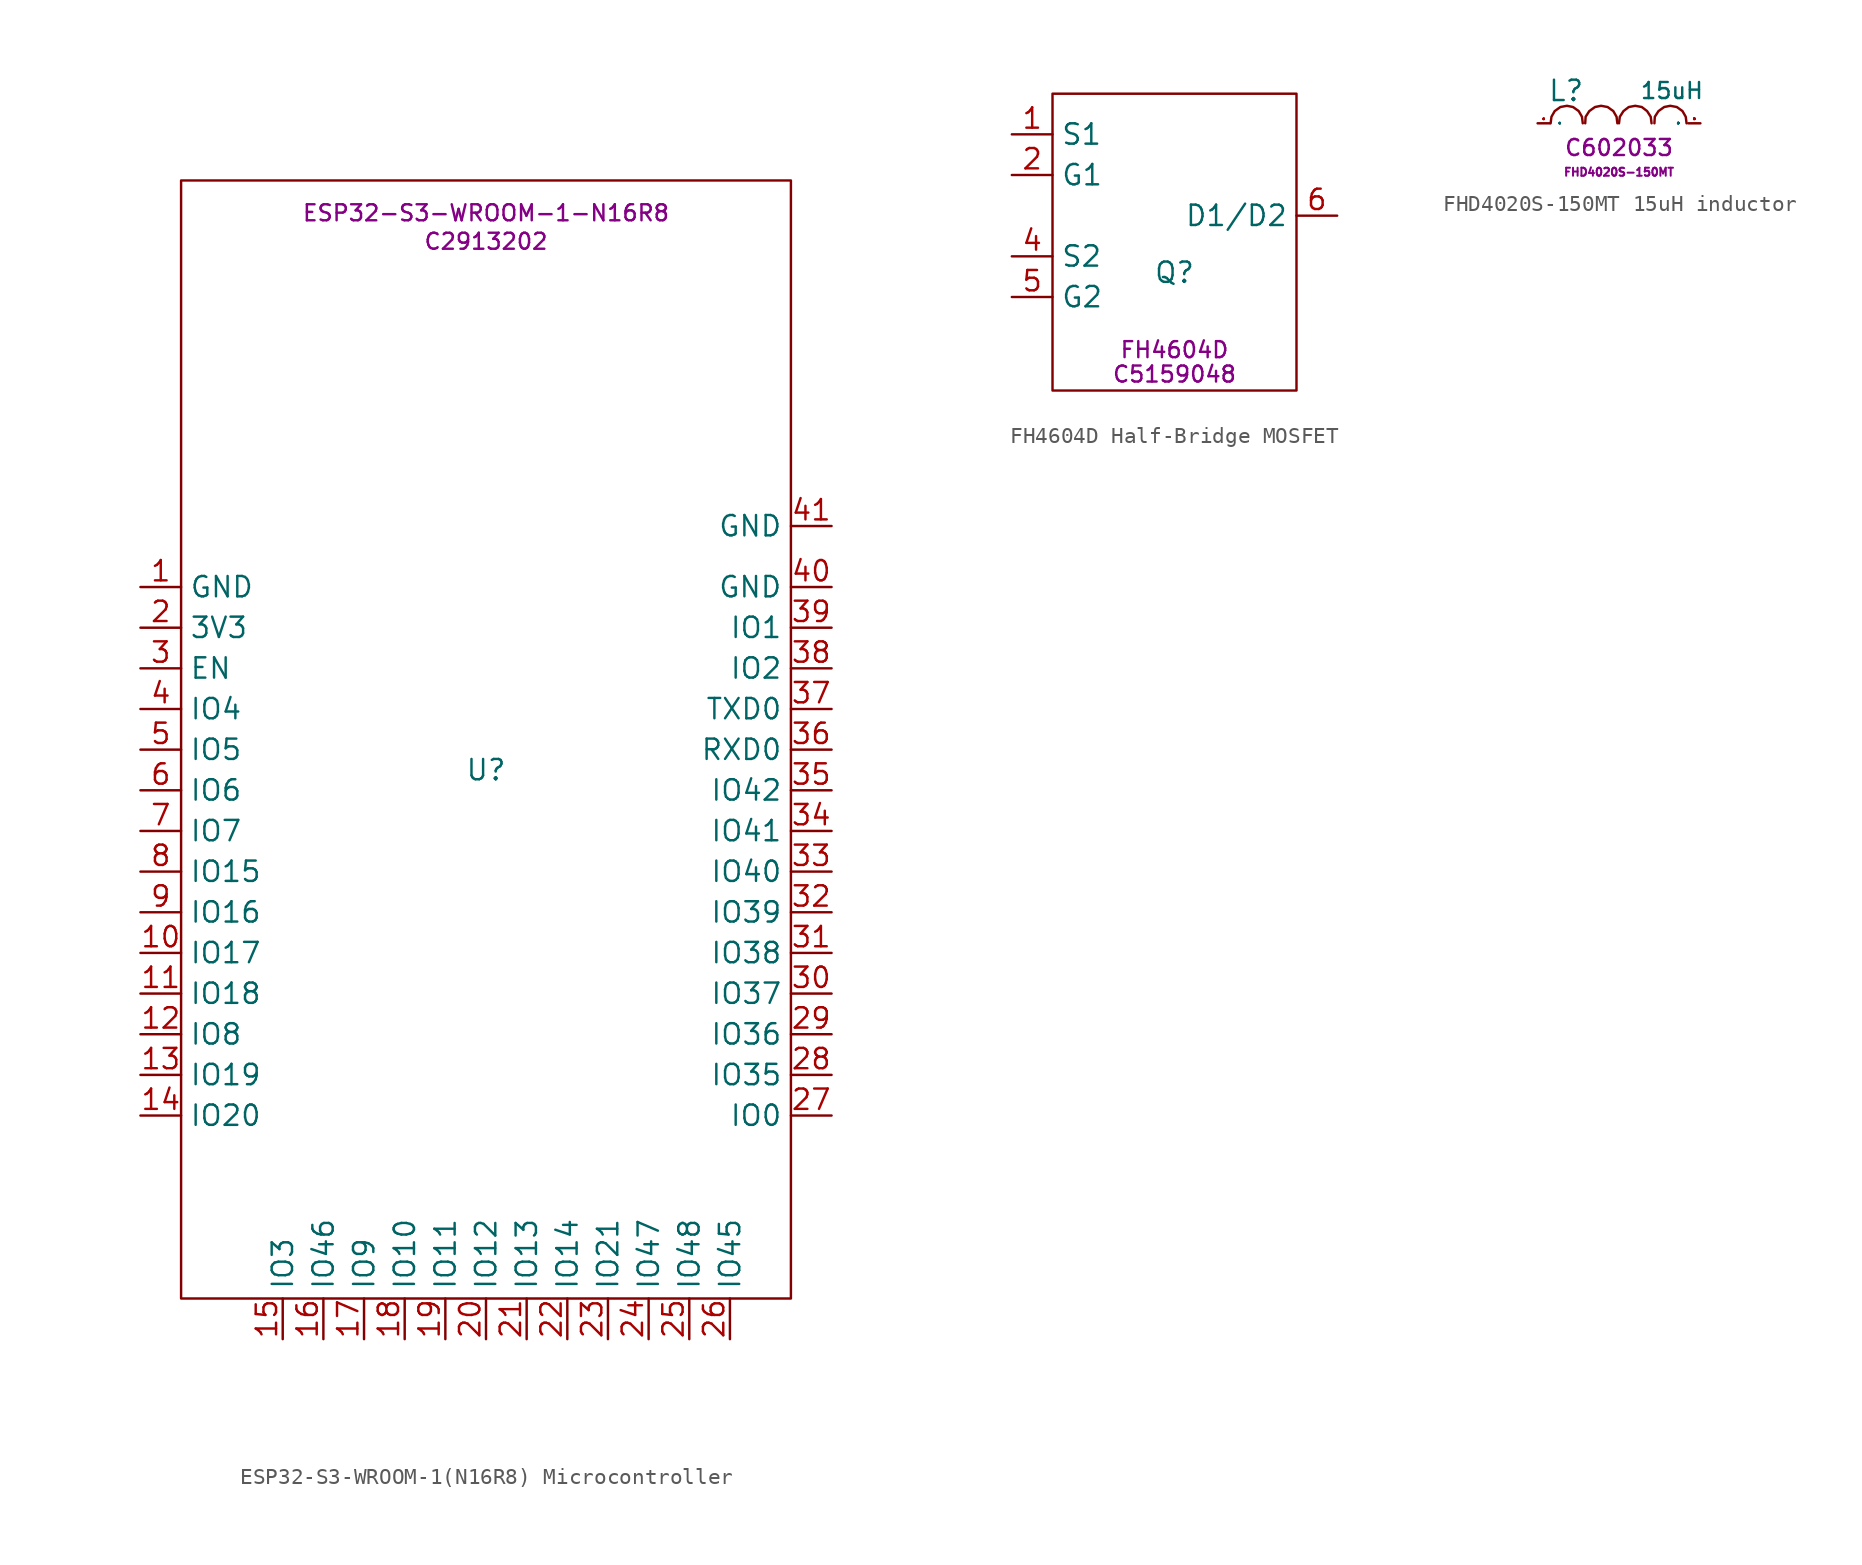
<source format=kicad_sym>
(kicad_symbol_lib
  (version 20241209)
  (generator "kicad_symbol_editor")
  (generator_version "9.0")
  (symbol "ESP32-S3-WROOM-1(N16R8) Microcontroller"
    (property "Reference" "U"
      (at 0 0 0)
      (do_not_autoplace)
      (effects (font (size 1.27 1.27))))
    (property "Manufacturer Part" "ESP32-S3-WROOM-1-N16R8"
      (at 0 34.798 0)
      (do_not_autoplace)
      (effects (font (size 1 1))))
    (property "LCSC Part #" "C2913202"
      (at 0 33.02 0)
      (do_not_autoplace)
      (effects (font (size 1 1))))
    (symbol "ESP32-S3-WROOM-1(N16R8) Microcontroller_1_0"
      (rectangle (start -19.05 36.83) (end 19.05 -33.02) (stroke (width 0) (type default)) (fill (type none)))
      (pin unspecified line (at -21.59 11.43 0) (length 2.54) (name "GND" (effects (font (size 1.27 1.27)))) (number "1" (effects (font (size 1.27 1.27)))))
      (pin unspecified line (at -21.59 8.89 0) (length 2.54) (name "3V3" (effects (font (size 1.27 1.27)))) (number "2" (effects (font (size 1.27 1.27)))))
      (pin unspecified line (at -21.59 6.35 0) (length 2.54) (name "EN" (effects (font (size 1.27 1.27)))) (number "3" (effects (font (size 1.27 1.27)))))
      (pin unspecified line (at -21.59 3.81 0) (length 2.54) (name "IO4" (effects (font (size 1.27 1.27)))) (number "4" (effects (font (size 1.27 1.27)))))
      (pin unspecified line (at -21.59 1.27 0) (length 2.54) (name "IO5" (effects (font (size 1.27 1.27)))) (number "5" (effects (font (size 1.27 1.27)))))
      (pin unspecified line (at -21.59 -1.27 0) (length 2.54) (name "IO6" (effects (font (size 1.27 1.27)))) (number "6" (effects (font (size 1.27 1.27)))))
      (pin unspecified line (at -21.59 -3.81 0) (length 2.54) (name "IO7" (effects (font (size 1.27 1.27)))) (number "7" (effects (font (size 1.27 1.27)))))
      (pin unspecified line (at -21.59 -6.35 0) (length 2.54) (name "IO15" (effects (font (size 1.27 1.27)))) (number "8" (effects (font (size 1.27 1.27)))))
      (pin unspecified line (at -21.59 -8.89 0) (length 2.54) (name "IO16" (effects (font (size 1.27 1.27)))) (number "9" (effects (font (size 1.27 1.27)))))
      (pin unspecified line (at -21.59 -11.43 0) (length 2.54) (name "IO17" (effects (font (size 1.27 1.27)))) (number "10" (effects (font (size 1.27 1.27)))))
      (pin unspecified line (at -21.59 -13.97 0) (length 2.54) (name "IO18" (effects (font (size 1.27 1.27)))) (number "11" (effects (font (size 1.27 1.27)))))
      (pin unspecified line (at -21.59 -16.51 0) (length 2.54) (name "IO8" (effects (font (size 1.27 1.27)))) (number "12" (effects (font (size 1.27 1.27)))))
      (pin unspecified line (at -21.59 -19.05 0) (length 2.54) (name "IO19" (effects (font (size 1.27 1.27)))) (number "13" (effects (font (size 1.27 1.27)))))
      (pin unspecified line (at -21.59 -21.59 0) (length 2.54) (name "IO20" (effects (font (size 1.27 1.27)))) (number "14" (effects (font (size 1.27 1.27)))))
      (pin unspecified line (at -12.7 -35.56 90) (length 2.54) (name "IO3" (effects (font (size 1.27 1.27)))) (number "15" (effects (font (size 1.27 1.27)))))
      (pin unspecified line (at -10.16 -35.56 90) (length 2.54) (name "IO46" (effects (font (size 1.27 1.27)))) (number "16" (effects (font (size 1.27 1.27)))))
      (pin unspecified line (at -7.62 -35.56 90) (length 2.54) (name "IO9" (effects (font (size 1.27 1.27)))) (number "17" (effects (font (size 1.27 1.27)))))
      (pin unspecified line (at -5.08 -35.56 90) (length 2.54) (name "IO10" (effects (font (size 1.27 1.27)))) (number "18" (effects (font (size 1.27 1.27)))))
      (pin unspecified line (at -2.54 -35.56 90) (length 2.54) (name "IO11" (effects (font (size 1.27 1.27)))) (number "19" (effects (font (size 1.27 1.27)))))
      (pin unspecified line (at 0 -35.56 90) (length 2.54) (name "IO12" (effects (font (size 1.27 1.27)))) (number "20" (effects (font (size 1.27 1.27)))))
      (pin unspecified line (at 2.54 -35.56 90) (length 2.54) (name "IO13" (effects (font (size 1.27 1.27)))) (number "21" (effects (font (size 1.27 1.27)))))
      (pin unspecified line (at 5.08 -35.56 90) (length 2.54) (name "IO14" (effects (font (size 1.27 1.27)))) (number "22" (effects (font (size 1.27 1.27)))))
      (pin unspecified line (at 7.62 -35.56 90) (length 2.54) (name "IO21" (effects (font (size 1.27 1.27)))) (number "23" (effects (font (size 1.27 1.27)))))
      (pin unspecified line (at 10.16 -35.56 90) (length 2.54) (name "IO47" (effects (font (size 1.27 1.27)))) (number "24" (effects (font (size 1.27 1.27)))))
      (pin unspecified line (at 12.7 -35.56 90) (length 2.54) (name "IO48" (effects (font (size 1.27 1.27)))) (number "25" (effects (font (size 1.27 1.27)))))
      (pin unspecified line (at 15.24 -35.56 90) (length 2.54) (name "IO45" (effects (font (size 1.27 1.27)))) (number "26" (effects (font (size 1.27 1.27)))))
      (pin unspecified line (at 21.59 15.24 180) (length 2.54) (name "GND" (effects (font (size 1.27 1.27)))) (number "41" (effects (font (size 1.27 1.27)))))
      (pin unspecified line (at 21.59 11.43 180) (length 2.54) (name "GND" (effects (font (size 1.27 1.27)))) (number "40" (effects (font (size 1.27 1.27)))))
      (pin unspecified line (at 21.59 8.89 180) (length 2.54) (name "IO1" (effects (font (size 1.27 1.27)))) (number "39" (effects (font (size 1.27 1.27)))))
      (pin unspecified line (at 21.59 6.35 180) (length 2.54) (name "IO2" (effects (font (size 1.27 1.27)))) (number "38" (effects (font (size 1.27 1.27)))))
      (pin unspecified line (at 21.59 3.81 180) (length 2.54) (name "TXD0" (effects (font (size 1.27 1.27)))) (number "37" (effects (font (size 1.27 1.27)))))
      (pin unspecified line (at 21.59 1.27 180) (length 2.54) (name "RXD0" (effects (font (size 1.27 1.27)))) (number "36" (effects (font (size 1.27 1.27)))))
      (pin unspecified line (at 21.59 -1.27 180) (length 2.54) (name "IO42" (effects (font (size 1.27 1.27)))) (number "35" (effects (font (size 1.27 1.27)))))
      (pin unspecified line (at 21.59 -3.81 180) (length 2.54) (name "IO41" (effects (font (size 1.27 1.27)))) (number "34" (effects (font (size 1.27 1.27)))))
      (pin unspecified line (at 21.59 -6.35 180) (length 2.54) (name "IO40" (effects (font (size 1.27 1.27)))) (number "33" (effects (font (size 1.27 1.27)))))
      (pin unspecified line (at 21.59 -8.89 180) (length 2.54) (name "IO39" (effects (font (size 1.27 1.27)))) (number "32" (effects (font (size 1.27 1.27)))))
      (pin unspecified line (at 21.59 -11.43 180) (length 2.54) (name "IO38" (effects (font (size 1.27 1.27)))) (number "31" (effects (font (size 1.27 1.27)))))
      (pin unspecified line (at 21.59 -13.97 180) (length 2.54) (name "IO37" (effects (font (size 1.27 1.27)))) (number "30" (effects (font (size 1.27 1.27)))))
      (pin unspecified line (at 21.59 -16.51 180) (length 2.54) (name "IO36" (effects (font (size 1.27 1.27)))) (number "29" (effects (font (size 1.27 1.27)))))
      (pin unspecified line (at 21.59 -19.05 180) (length 2.54) (name "IO35" (effects (font (size 1.27 1.27)))) (number "28" (effects (font (size 1.27 1.27)))))
      (pin unspecified line (at 21.59 -21.59 180) (length 2.54) (name "IO0" (effects (font (size 1.27 1.27)))) (number "27" (effects (font (size 1.27 1.27)))))))
  (symbol "FH4604D Half-Bridge MOSFET"
    (property "Reference" "Q"
      (at 0 -3.556 0)
      (effects (font (size 1.27 1.27))))
    (property "Manufacturer Part" "FH4604D"
      (at 0 -8.382 0)
      (do_not_autoplace)
      (effects (font (size 1 1))))
    (property "LCSC Part #" "C5159048"
      (at 0 -9.906 0)
      (do_not_autoplace)
      (effects (font (size 1 1))))
    (symbol "FH4604D Half-Bridge MOSFET_1_0"
      (rectangle (start -7.62 7.62) (end 7.62 -10.922) (stroke (width 0) (type default)) (fill (type none)))
      (pin unspecified line (at -10.16 5.08 0) (length 2.54) (name "S1" (effects (font (size 1.27 1.27)))) (number "1" (effects (font (size 1.27 1.27)))))
      (pin unspecified line (at -10.16 2.54 0) (length 2.54) (name "G1" (effects (font (size 1.27 1.27)))) (number "2" (effects (font (size 1.27 1.27)))))
      (pin unspecified line (at -10.16 -2.54 0) (length 2.54) (name "S2" (effects (font (size 1.27 1.27)))) (number "4" (effects (font (size 1.27 1.27)))))
      (pin unspecified line (at -10.16 -5.08 0) (length 2.54) (name "G2" (effects (font (size 1.27 1.27)))) (number "5" (effects (font (size 1.27 1.27)))))
      (pin unspecified line (at 10.16 0 180) (length 2.54) (name "D1/D2" (effects (font (size 1.27 1.27)))) (number "6" (effects (font (size 1.27 1.27)))))))
  (symbol "FHD4020S-150MT 15uH inductor"
    (property "Reference" "L"
      (at -3.302 2.032 0)
      (do_not_autoplace)
      (effects (font (size 1.27 1.27))))
    (property "Value" "15uH"
      (at 3.302 2.032 0)
      (do_not_autoplace)
      (effects (font (size 1 1))))
    (property "Manufacturer Part" "FHD4020S-150MT"
      (at 0 -3.048 0)
      (do_not_autoplace)
      (effects (font (size 0.5 0.5))))
    (property "LCSC Part #" "C602033"
      (at 0 -1.524 0)
      (do_not_autoplace)
      (effects (font (size 1 1))))
    (symbol "FHD4020S-150MT 15uH inductor_1_0"
      (polyline (pts (xy -4.267 0) (xy -4.216 0.406) (xy -4.216 0.406) (xy -4.013 0.762) (xy -4.013 0.762) (xy -3.658 1.016) (xy -3.658 1.016) (xy -3.251 1.092) (xy -3.251 1.092) (xy -2.87 1.016) (xy -2.87 1.016) (xy -2.515 0.762) (xy -2.515 0.762) (xy -2.311 0.406) (xy -2.311 0.406) (xy -2.261 0)) (stroke (width 0) (type default)) (fill (type none)))
      (polyline (pts (xy -2.108 0) (xy -2.083 0.406) (xy -2.083 0.406) (xy -1.854 0.762) (xy -1.854 0.762) (xy -1.499 1.016) (xy -1.499 1.016) (xy -1.118 1.092) (xy -1.118 1.092) (xy -0.711 1.016) (xy -0.711 1.016) (xy -0.356 0.762) (xy -0.356 0.762) (xy -0.152 0.406) (xy -0.152 0.406) (xy -0.102 0)) (stroke (width 0) (type default)) (fill (type none)))
      (polyline (pts (xy 0 0) (xy 0.051 0.406) (xy 0.051 0.406) (xy 0.279 0.762) (xy 0.279 0.762) (xy 0.61 1.016) (xy 0.61 1.016) (xy 1.016 1.092) (xy 1.016 1.092) (xy 1.422 1.016) (xy 1.422 1.016) (xy 1.753 0.762) (xy 1.753 0.762) (xy 1.981 0.406) (xy 1.981 0.406) (xy 2.032 0)) (stroke (width 0) (type default)) (fill (type none)))
      (polyline (pts (xy 2.21 0) (xy 2.235 0.406) (xy 2.235 0.406) (xy 2.464 0.762) (xy 2.464 0.762) (xy 2.819 1.016) (xy 2.819 1.016) (xy 3.2 1.092) (xy 3.2 1.092) (xy 3.607 1.016) (xy 3.607 1.016) (xy 3.962 0.762) (xy 3.962 0.762) (xy 4.166 0.406) (xy 4.166 0.406) (xy 4.216 0)) (stroke (width 0) (type default)) (fill (type none)))
      (pin unspecified line (at -5.08 0 0) (length 0.762) (name "1" (effects (font (size 0.025 0.025)))) (number "1" (effects (font (size 0.025 0.025)))))
      (pin unspecified line (at 5.08 0 180) (length 0.762) (name "2" (effects (font (size 0.025 0.025)))) (number "2" (effects (font (size 0.025 0.025))))))))
</source>
